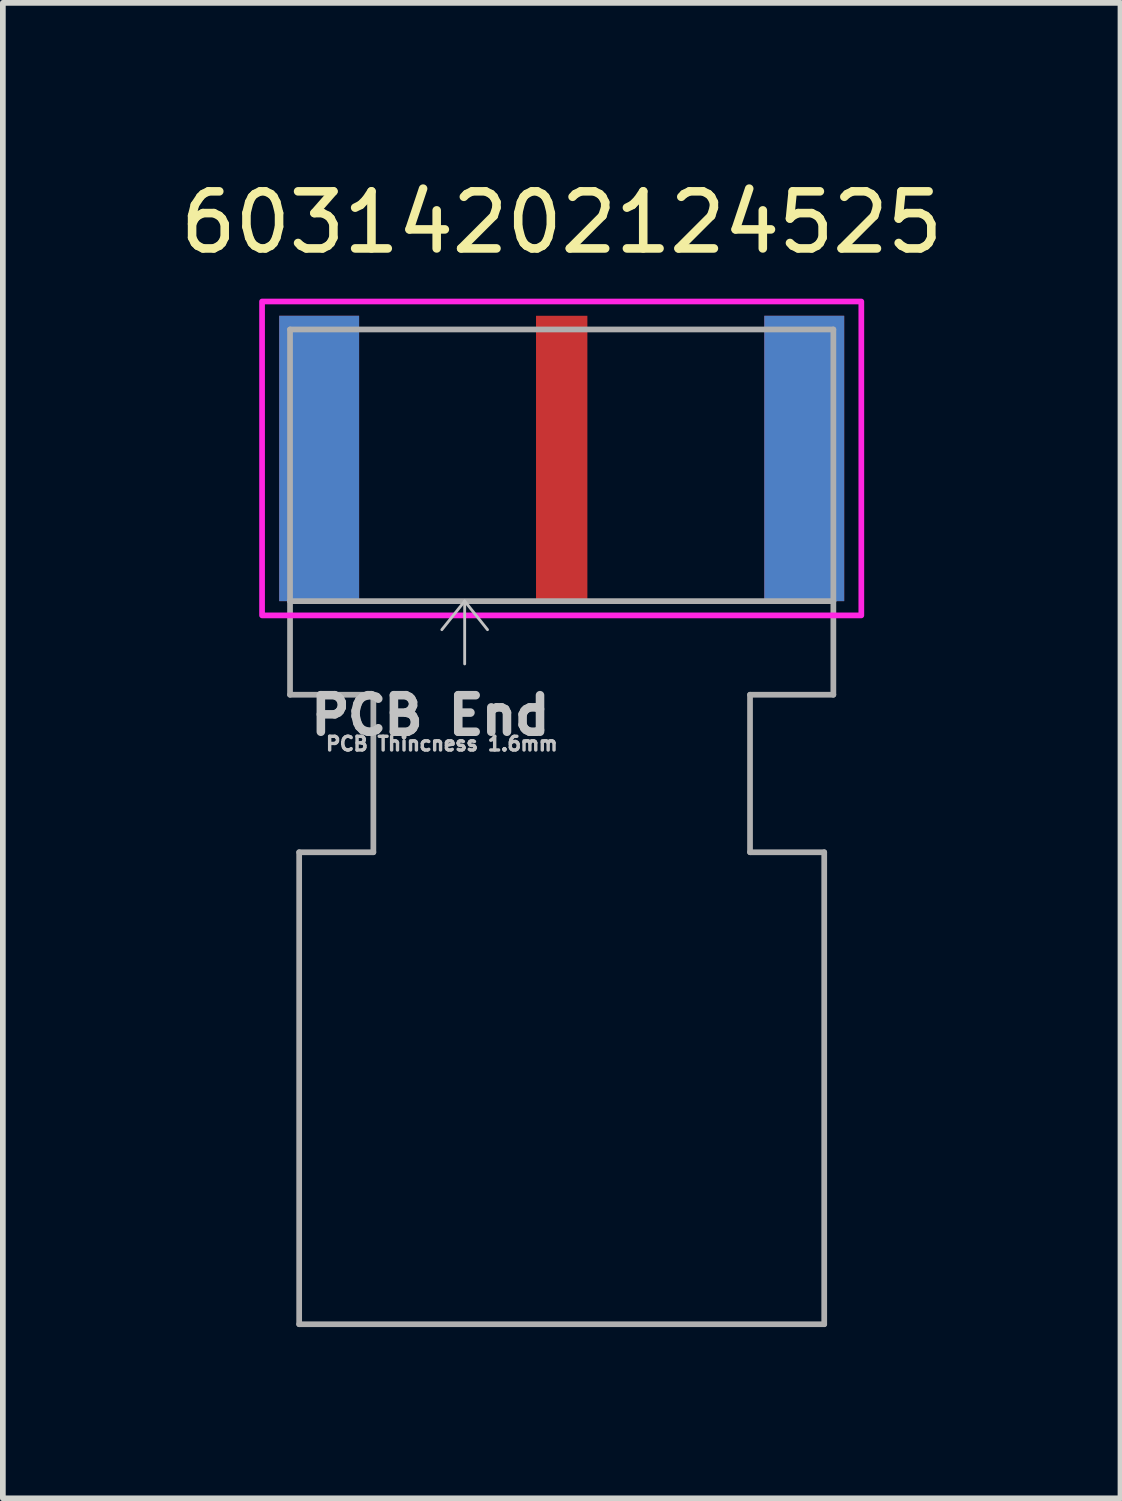
<source format=kicad_pcb>
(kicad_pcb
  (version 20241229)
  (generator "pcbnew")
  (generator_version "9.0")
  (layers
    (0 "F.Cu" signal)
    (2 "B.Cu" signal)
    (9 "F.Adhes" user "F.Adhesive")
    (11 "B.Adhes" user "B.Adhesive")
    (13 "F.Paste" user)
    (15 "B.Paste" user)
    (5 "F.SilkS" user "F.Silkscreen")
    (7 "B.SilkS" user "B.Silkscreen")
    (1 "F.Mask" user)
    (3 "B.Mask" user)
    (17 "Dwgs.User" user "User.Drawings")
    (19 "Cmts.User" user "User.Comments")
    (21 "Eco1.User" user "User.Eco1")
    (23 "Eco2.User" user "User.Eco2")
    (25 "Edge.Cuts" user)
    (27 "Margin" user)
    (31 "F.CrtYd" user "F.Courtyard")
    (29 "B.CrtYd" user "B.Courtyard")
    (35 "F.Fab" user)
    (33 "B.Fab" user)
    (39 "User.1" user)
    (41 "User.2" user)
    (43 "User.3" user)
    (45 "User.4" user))
  (footprint "60314202124525"
    (layer "F.Cu")
    (at 6.792 4.983)
    (property "Reference" "60314202124525" (at 0 -4.135 0) (layer "F.SilkS") (effects (font (size 1 1) (thickness 0.15))))
    (attr smd)
    (fp_line (start -1.7 2.5) (end -2.1 3) (stroke (width 0.05) (type solid)) (layer "Dwgs.User"))
    (fp_line (start -1.7 2.5) (end -1.7 3.6) (stroke (width 0.05) (type solid)) (layer "Dwgs.User"))
    (fp_line (start -1.7 2.5) (end -1.3 3) (stroke (width 0.05) (type solid)) (layer "Dwgs.User"))
    (fp_poly (pts (xy -5.25 -2.75) (xy 5.25 -2.75) (xy 5.25 2.75) (xy -5.25 2.75)) (stroke (width 0.1) (type solid)) (fill no) (layer "F.CrtYd"))
    (fp_line (start -4.76 -2.26) (end 4.76 -2.26) (stroke (width 0.1) (type solid)) (layer "F.Fab"))
    (fp_line (start -4.76 2.5) (end -4.76 -2.26) (stroke (width 0.1) (type solid)) (layer "F.Fab"))
    (fp_line (start -4.76 2.5) (end 4.76 2.5) (stroke (width 0.1) (type solid)) (layer "F.Fab"))
    (fp_line (start -4.76 4.14) (end -4.76 2.5) (stroke (width 0.1) (type solid)) (layer "F.Fab"))
    (fp_line (start -4.76 4.14) (end -3.3 4.14) (stroke (width 0.1) (type solid)) (layer "F.Fab"))
    (fp_line (start -4.6 6.9) (end -4.6 15.17) (stroke (width 0.1) (type solid)) (layer "F.Fab"))
    (fp_line (start -3.3 4.14) (end -3.3 6.9) (stroke (width 0.1) (type solid)) (layer "F.Fab"))
    (fp_line (start -3.3 6.9) (end -4.6 6.9) (stroke (width 0.1) (type solid)) (layer "F.Fab"))
    (fp_line (start 3.3 4.14) (end 3.3 6.9) (stroke (width 0.1) (type solid)) (layer "F.Fab"))
    (fp_line (start 3.3 6.9) (end 4.6 6.9) (stroke (width 0.1) (type solid)) (layer "F.Fab"))
    (fp_line (start 4.6 6.9) (end 4.6 15.17) (stroke (width 0.1) (type solid)) (layer "F.Fab"))
    (fp_line (start 4.6 15.17) (end -4.6 15.17) (stroke (width 0.1) (type solid)) (layer "F.Fab"))
    (fp_line (start 4.76 -2.26) (end 4.76 2.5) (stroke (width 0.1) (type solid)) (layer "F.Fab"))
    (fp_line (start 4.76 2.5) (end 4.76 4.14) (stroke (width 0.1) (type solid)) (layer "F.Fab"))
    (fp_line (start 4.76 4.14) (end 3.3 4.14) (stroke (width 0.1) (type solid)) (layer "F.Fab"))
    (fp_text user "PCB End" (at -2.3 4.5 0) (layer "Dwgs.User") (effects (font (size 0.64 0.64) (thickness 0.15))))
    (fp_text user "PCB Thincness 1.6mm" (at -2.1 5 0) (layer "Dwgs.User") (effects (font (size 0.24 0.24) (thickness 0.15))))
    (pad "1" smd rect (at 0 0) (size 0.9 5) (layers "F.Cu" "F.Mask" "F.Paste"))
    (pad "2" smd rect (at -4.25 0) (size 1.4 5) (layers "F.Cu" "F.Mask" "F.Paste"))
    (pad "3" smd rect (at 4.25 0) (size 1.4 5) (layers "F.Cu" "F.Mask" "F.Paste"))
    (pad "4" smd rect (at -4.25 0) (size 1.4 5) (layers "B.Cu" "B.Mask" "B.Paste"))
    (pad "5" smd rect (at 4.25 0) (size 1.4 5) (layers "B.Cu" "B.Mask" "B.Paste")))
  (gr_rect
    (start -3 -3)
    (end 16.583 23.203)
    (stroke (width 0.1) (type default))
    (fill no)
    (layer "Edge.Cuts")))
</source>
